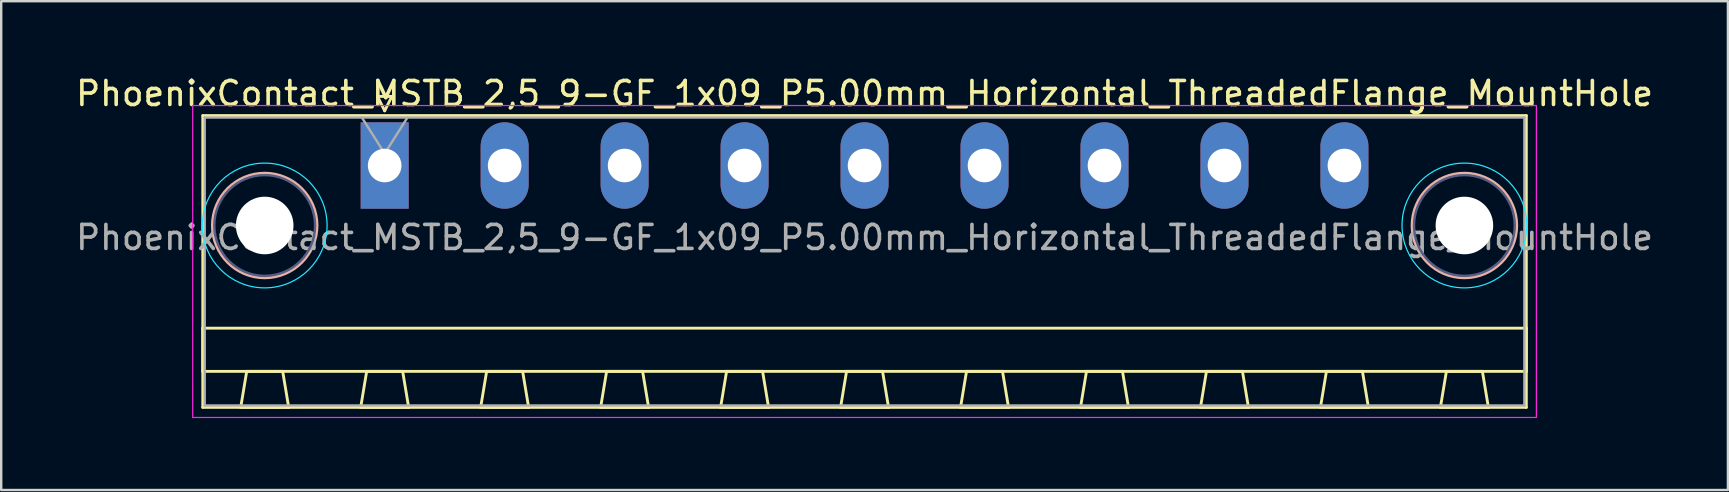
<source format=kicad_pcb>
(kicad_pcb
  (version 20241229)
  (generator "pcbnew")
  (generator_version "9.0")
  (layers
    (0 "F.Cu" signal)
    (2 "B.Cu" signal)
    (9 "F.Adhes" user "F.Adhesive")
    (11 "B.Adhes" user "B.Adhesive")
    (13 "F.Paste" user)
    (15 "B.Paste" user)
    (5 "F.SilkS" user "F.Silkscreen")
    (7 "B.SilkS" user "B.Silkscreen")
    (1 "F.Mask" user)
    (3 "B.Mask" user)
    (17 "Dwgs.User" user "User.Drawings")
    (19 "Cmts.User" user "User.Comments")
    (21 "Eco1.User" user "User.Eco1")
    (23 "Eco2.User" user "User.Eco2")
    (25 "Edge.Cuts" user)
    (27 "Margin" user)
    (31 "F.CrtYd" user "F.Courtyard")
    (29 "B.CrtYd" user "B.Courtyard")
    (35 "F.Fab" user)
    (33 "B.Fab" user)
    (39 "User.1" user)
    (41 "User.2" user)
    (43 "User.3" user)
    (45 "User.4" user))
  (footprint "PhoenixContact_MSTB_2,5_9-GF_1x09_P5.00mm_Horizontal_ThreadedFlange_MountHole"
    (layer "F.Cu")
    (at 12.982 3.848)
    (property "Reference" "PhoenixContact_MSTB_2,5_9-GF_1x09_P5.00mm_Horizontal_ThreadedFlange_MountHole" (at 20 -3 0) (layer "F.SilkS") (effects (font (size 1 1) (thickness 0.15))))
    (attr through_hole)
    (fp_line (start -7.58 -2.08) (end -7.58 10.08) (stroke (width 0.12) (type solid)) (layer "F.SilkS"))
    (fp_line (start -7.58 6.78) (end 47.58 6.78) (stroke (width 0.12) (type solid)) (layer "F.SilkS"))
    (fp_line (start -7.58 8.58) (end -7.58 6.78) (stroke (width 0.12) (type solid)) (layer "F.SilkS"))
    (fp_line (start -7.58 10.08) (end 47.58 10.08) (stroke (width 0.12) (type solid)) (layer "F.SilkS"))
    (fp_line (start -6 10.08) (end -4 10.08) (stroke (width 0.12) (type solid)) (layer "F.SilkS"))
    (fp_line (start -5.75 8.58) (end -6 10.08) (stroke (width 0.12) (type solid)) (layer "F.SilkS"))
    (fp_line (start -4.25 8.58) (end -5.75 8.58) (stroke (width 0.12) (type solid)) (layer "F.SilkS"))
    (fp_line (start -4 10.08) (end -4.25 8.58) (stroke (width 0.12) (type solid)) (layer "F.SilkS"))
    (fp_line (start -1 10.08) (end 1 10.08) (stroke (width 0.12) (type solid)) (layer "F.SilkS"))
    (fp_line (start -0.75 8.58) (end -1 10.08) (stroke (width 0.12) (type solid)) (layer "F.SilkS"))
    (fp_line (start -0.3 -2.88) (end 0.3 -2.88) (stroke (width 0.12) (type solid)) (layer "F.SilkS"))
    (fp_line (start 0 -2.28) (end -0.3 -2.88) (stroke (width 0.12) (type solid)) (layer "F.SilkS"))
    (fp_line (start 0.3 -2.88) (end 0 -2.28) (stroke (width 0.12) (type solid)) (layer "F.SilkS"))
    (fp_line (start 0.75 8.58) (end -0.75 8.58) (stroke (width 0.12) (type solid)) (layer "F.SilkS"))
    (fp_line (start 1 10.08) (end 0.75 8.58) (stroke (width 0.12) (type solid)) (layer "F.SilkS"))
    (fp_line (start 4 10.08) (end 6 10.08) (stroke (width 0.12) (type solid)) (layer "F.SilkS"))
    (fp_line (start 4.25 8.58) (end 4 10.08) (stroke (width 0.12) (type solid)) (layer "F.SilkS"))
    (fp_line (start 5.75 8.58) (end 4.25 8.58) (stroke (width 0.12) (type solid)) (layer "F.SilkS"))
    (fp_line (start 6 10.08) (end 5.75 8.58) (stroke (width 0.12) (type solid)) (layer "F.SilkS"))
    (fp_line (start 9 10.08) (end 11 10.08) (stroke (width 0.12) (type solid)) (layer "F.SilkS"))
    (fp_line (start 9.25 8.58) (end 9 10.08) (stroke (width 0.12) (type solid)) (layer "F.SilkS"))
    (fp_line (start 10.75 8.58) (end 9.25 8.58) (stroke (width 0.12) (type solid)) (layer "F.SilkS"))
    (fp_line (start 11 10.08) (end 10.75 8.58) (stroke (width 0.12) (type solid)) (layer "F.SilkS"))
    (fp_line (start 14 10.08) (end 16 10.08) (stroke (width 0.12) (type solid)) (layer "F.SilkS"))
    (fp_line (start 14.25 8.58) (end 14 10.08) (stroke (width 0.12) (type solid)) (layer "F.SilkS"))
    (fp_line (start 15.75 8.58) (end 14.25 8.58) (stroke (width 0.12) (type solid)) (layer "F.SilkS"))
    (fp_line (start 16 10.08) (end 15.75 8.58) (stroke (width 0.12) (type solid)) (layer "F.SilkS"))
    (fp_line (start 19 10.08) (end 21 10.08) (stroke (width 0.12) (type solid)) (layer "F.SilkS"))
    (fp_line (start 19.25 8.58) (end 19 10.08) (stroke (width 0.12) (type solid)) (layer "F.SilkS"))
    (fp_line (start 20.75 8.58) (end 19.25 8.58) (stroke (width 0.12) (type solid)) (layer "F.SilkS"))
    (fp_line (start 21 10.08) (end 20.75 8.58) (stroke (width 0.12) (type solid)) (layer "F.SilkS"))
    (fp_line (start 24 10.08) (end 26 10.08) (stroke (width 0.12) (type solid)) (layer "F.SilkS"))
    (fp_line (start 24.25 8.58) (end 24 10.08) (stroke (width 0.12) (type solid)) (layer "F.SilkS"))
    (fp_line (start 25.75 8.58) (end 24.25 8.58) (stroke (width 0.12) (type solid)) (layer "F.SilkS"))
    (fp_line (start 26 10.08) (end 25.75 8.58) (stroke (width 0.12) (type solid)) (layer "F.SilkS"))
    (fp_line (start 29 10.08) (end 31 10.08) (stroke (width 0.12) (type solid)) (layer "F.SilkS"))
    (fp_line (start 29.25 8.58) (end 29 10.08) (stroke (width 0.12) (type solid)) (layer "F.SilkS"))
    (fp_line (start 30.75 8.58) (end 29.25 8.58) (stroke (width 0.12) (type solid)) (layer "F.SilkS"))
    (fp_line (start 31 10.08) (end 30.75 8.58) (stroke (width 0.12) (type solid)) (layer "F.SilkS"))
    (fp_line (start 34 10.08) (end 36 10.08) (stroke (width 0.12) (type solid)) (layer "F.SilkS"))
    (fp_line (start 34.25 8.58) (end 34 10.08) (stroke (width 0.12) (type solid)) (layer "F.SilkS"))
    (fp_line (start 35.75 8.58) (end 34.25 8.58) (stroke (width 0.12) (type solid)) (layer "F.SilkS"))
    (fp_line (start 36 10.08) (end 35.75 8.58) (stroke (width 0.12) (type solid)) (layer "F.SilkS"))
    (fp_line (start 39 10.08) (end 41 10.08) (stroke (width 0.12) (type solid)) (layer "F.SilkS"))
    (fp_line (start 39.25 8.58) (end 39 10.08) (stroke (width 0.12) (type solid)) (layer "F.SilkS"))
    (fp_line (start 40.75 8.58) (end 39.25 8.58) (stroke (width 0.12) (type solid)) (layer "F.SilkS"))
    (fp_line (start 41 10.08) (end 40.75 8.58) (stroke (width 0.12) (type solid)) (layer "F.SilkS"))
    (fp_line (start 44 10.08) (end 46 10.08) (stroke (width 0.12) (type solid)) (layer "F.SilkS"))
    (fp_line (start 44.25 8.58) (end 44 10.08) (stroke (width 0.12) (type solid)) (layer "F.SilkS"))
    (fp_line (start 45.75 8.58) (end 44.25 8.58) (stroke (width 0.12) (type solid)) (layer "F.SilkS"))
    (fp_line (start 46 10.08) (end 45.75 8.58) (stroke (width 0.12) (type solid)) (layer "F.SilkS"))
    (fp_line (start 47.58 -2.08) (end -7.58 -2.08) (stroke (width 0.12) (type solid)) (layer "F.SilkS"))
    (fp_line (start 47.58 6.78) (end 47.58 8.58) (stroke (width 0.12) (type solid)) (layer "F.SilkS"))
    (fp_line (start 47.58 8.58) (end -7.58 8.58) (stroke (width 0.12) (type solid)) (layer "F.SilkS"))
    (fp_line (start 47.58 10.08) (end 47.58 -2.08) (stroke (width 0.12) (type solid)) (layer "F.SilkS"))
    (fp_circle (center -5 2.5) (end -2.82 2.5) (stroke (width 0.12) (type solid)) (fill no) (layer "B.SilkS"))
    (fp_circle (center 45 2.5) (end 47.18 2.5) (stroke (width 0.12) (type solid)) (fill no) (layer "B.SilkS"))
    (fp_circle (center -5 2.5) (end -2.4 2.5) (stroke (width 0.05) (type solid)) (fill no) (layer "B.CrtYd"))
    (fp_circle (center 45 2.5) (end 47.6 2.5) (stroke (width 0.05) (type solid)) (fill no) (layer "B.CrtYd"))
    (fp_line (start -8 -2.5) (end -8 10.5) (stroke (width 0.05) (type solid)) (layer "F.CrtYd"))
    (fp_line (start -8 10.5) (end 48 10.5) (stroke (width 0.05) (type solid)) (layer "F.CrtYd"))
    (fp_line (start 48 -2.5) (end -8 -2.5) (stroke (width 0.05) (type solid)) (layer "F.CrtYd"))
    (fp_line (start 48 10.5) (end 48 -2.5) (stroke (width 0.05) (type solid)) (layer "F.CrtYd"))
    (fp_circle (center -5 2.5) (end -2.9 2.5) (stroke (width 0.1) (type solid)) (fill no) (layer "B.Fab"))
    (fp_circle (center 45 2.5) (end 47.1 2.5) (stroke (width 0.1) (type solid)) (fill no) (layer "B.Fab"))
    (fp_line (start -7.5 -2) (end -7.5 10) (stroke (width 0.1) (type solid)) (layer "F.Fab"))
    (fp_line (start -7.5 10) (end 47.5 10) (stroke (width 0.1) (type solid)) (layer "F.Fab"))
    (fp_line (start 0 -0.5) (end -0.95 -2) (stroke (width 0.1) (type solid)) (layer "F.Fab"))
    (fp_line (start 0.95 -2) (end 0 -0.5) (stroke (width 0.1) (type solid)) (layer "F.Fab"))
    (fp_line (start 47.5 -2) (end -7.5 -2) (stroke (width 0.1) (type solid)) (layer "F.Fab"))
    (fp_line (start 47.5 10) (end 47.5 -2) (stroke (width 0.1) (type solid)) (layer "F.Fab"))
    (fp_text user "${REFERENCE}" (at 20 3 0) (layer "F.Fab") (effects (font (size 1 1) (thickness 0.15))))
    (pad "" np_thru_hole circle (at -5 2.5) (size 2.4 2.4) (drill 2.4) (layers "*.Cu" "*.Mask"))
    (pad "" np_thru_hole circle (at 45 2.5) (size 2.4 2.4) (drill 2.4) (layers "*.Cu" "*.Mask"))
    (pad "1" thru_hole rect (at 0 0) (size 2 3.6) (drill 1.4) (layers "*.Cu" "*.Mask"))
    (pad "2" thru_hole oval (at 5 0) (size 2 3.6) (drill 1.4) (layers "*.Cu" "*.Mask"))
    (pad "3" thru_hole oval (at 10 0) (size 2 3.6) (drill 1.4) (layers "*.Cu" "*.Mask"))
    (pad "4" thru_hole oval (at 15 0) (size 2 3.6) (drill 1.4) (layers "*.Cu" "*.Mask"))
    (pad "5" thru_hole oval (at 20 0) (size 2 3.6) (drill 1.4) (layers "*.Cu" "*.Mask"))
    (pad "6" thru_hole oval (at 25 0) (size 2 3.6) (drill 1.4) (layers "*.Cu" "*.Mask"))
    (pad "7" thru_hole oval (at 30 0) (size 2 3.6) (drill 1.4) (layers "*.Cu" "*.Mask"))
    (pad "8" thru_hole oval (at 35 0) (size 2 3.6) (drill 1.4) (layers "*.Cu" "*.Mask"))
    (pad "9" thru_hole oval (at 40 0) (size 2 3.6) (drill 1.4) (layers "*.Cu" "*.Mask")))
  (gr_rect
    (start -3 -3)
    (end 68.964 17.373)
    (stroke (width 0.1) (type default))
    (fill no)
    (layer "Edge.Cuts")))
</source>
